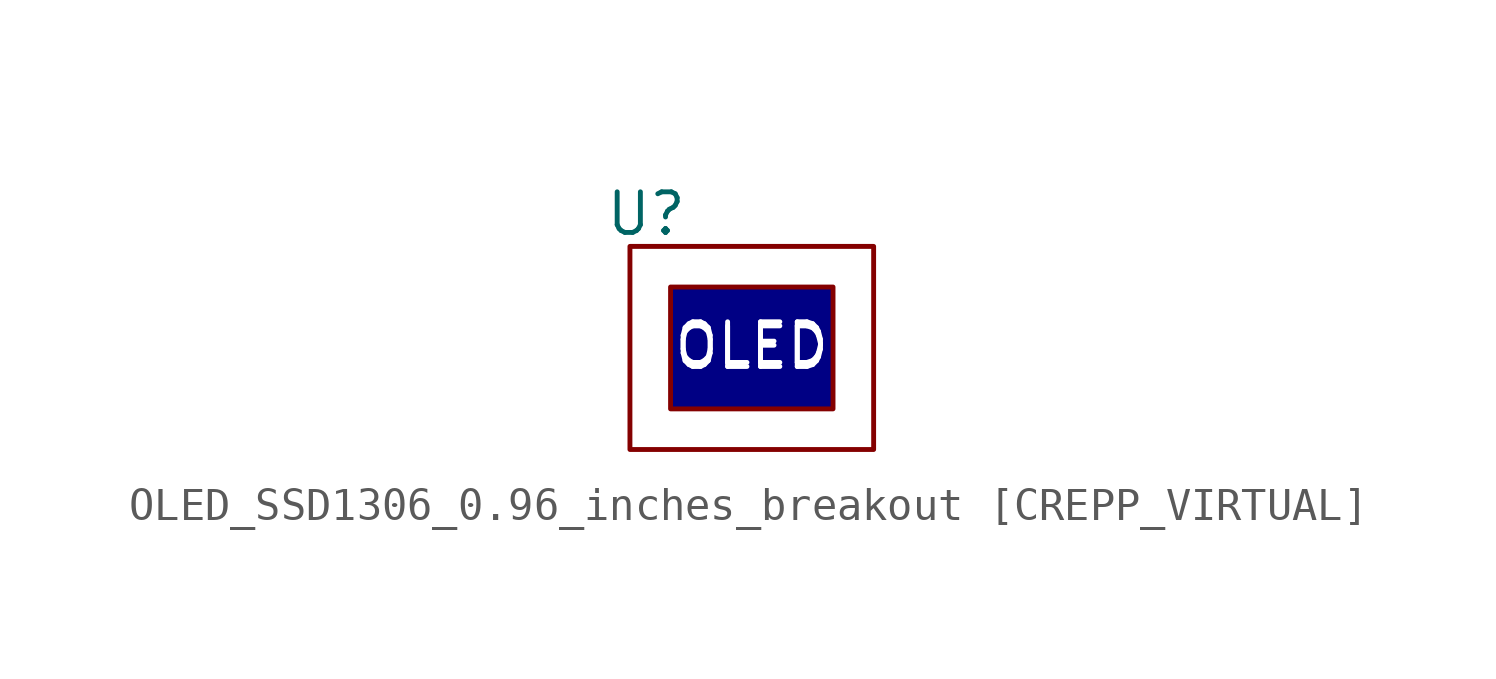
<source format=kicad_sym>
(kicad_symbol_lib
  (version 20231120)
  (generator "kicad_symbol_editor")
  (generator_version "8.0")
  (symbol "OLED_SSD1306_0.96_inches_breakout [CREPP_VIRTUAL]"
    (property "Reference" "U"
      (at -3.302 4.826 0)
      (effects (font (size 1.27 1.27))))
    (property "Value" ""
      (at 0 6.35 0)
      (effects (font (size 1.27 1.27))))
    (symbol "OLED_SSD1306_0.96_inches_breakout [CREPP_VIRTUAL]_0_1"
      (rectangle (start -3.81 3.81) (end 3.81 -2.54) (stroke (width 0) (type default)) (fill (type none))))
    (symbol "OLED_SSD1306_0.96_inches_breakout [CREPP_VIRTUAL]_1_1"
      (text "OLED" (at 0 0.762 0) (effects (font (size 1.27 1.27) (color 255 255 255 1))))
      (text_box "OLED" (at -2.54 2.54 0) (size 5.08 -3.81) (stroke (width 0) (type default)) (fill (type color) (color 0 0 132 1)) (effects (font (size 1.27 1.27) (color 255 255 255 1)))))))
</source>
